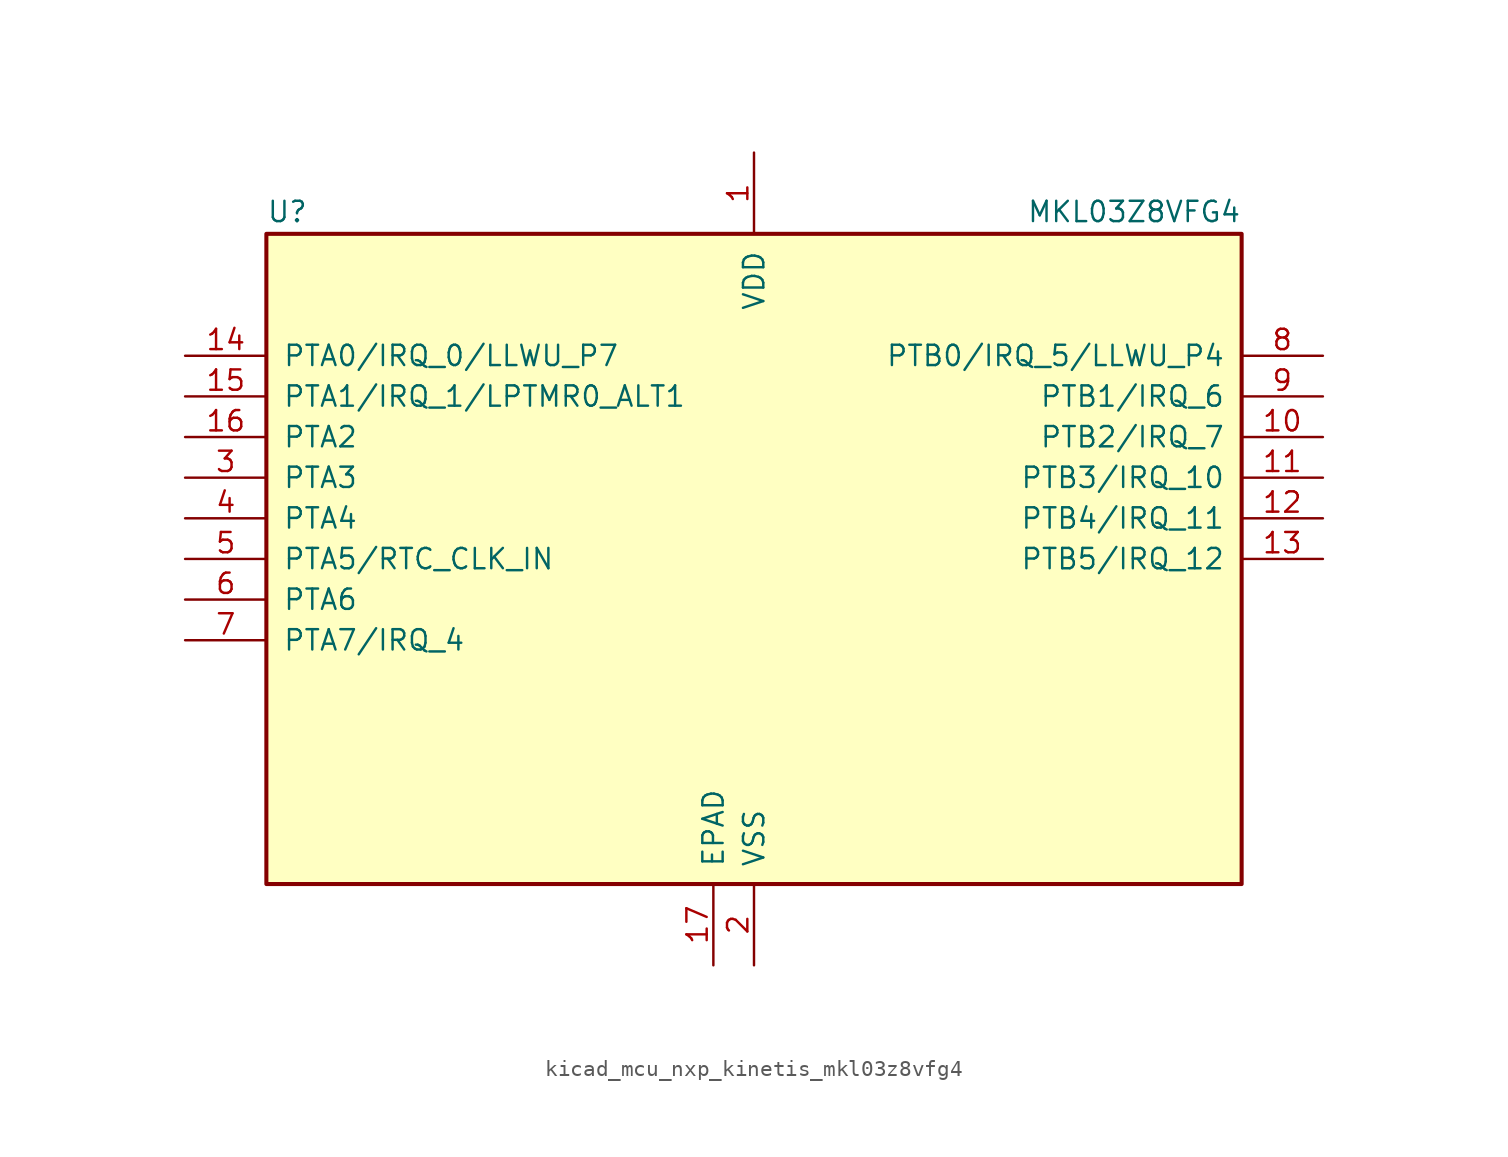
<source format=kicad_sym>
(kicad_symbol_lib
  (version 20220914)
  (generator kicad_symbol_editor)
  (symbol "kicad_mcu_nxp_kinetis_mkl03z8vfg4"
    (pin_names
      (offset 1.016))
    (property "Reference" "U"
      (at -30.48 20.955 0)
      (effects (font (size 1.27 1.27)) (justify left bottom)))
    (property "Value" "MKL03Z8VFG4"
      (at 30.48 20.955 0)
      (effects (font (size 1.27 1.27)) (justify right bottom)))
    (symbol "kicad_mcu_nxp_kinetis_mkl03z8vfg4_0_1"
      (rectangle (start -30.48 20.32) (end 30.48 -20.32) (stroke (width 0.254) (type default)) (fill (type background))))
    (symbol "kicad_mcu_nxp_kinetis_mkl03z8vfg4_1_1"
      (pin power_in line (at 0 25.4 270) (length 5.08) (name "VDD" (effects (font (size 1.27 1.27)))) (number "1" (effects (font (size 1.27 1.27)))))
      (pin bidirectional line (at 35.56 7.62 180) (length 5.08) (name "PTB2/IRQ_7" (effects (font (size 1.27 1.27)))) (number "10" (effects (font (size 1.27 1.27)))))
      (pin bidirectional line (at 35.56 5.08 180) (length 5.08) (name "PTB3/IRQ_10" (effects (font (size 1.27 1.27)))) (number "11" (effects (font (size 1.27 1.27)))))
      (pin bidirectional line (at 35.56 2.54 180) (length 5.08) (name "PTB4/IRQ_11" (effects (font (size 1.27 1.27)))) (number "12" (effects (font (size 1.27 1.27)))))
      (pin bidirectional line (at 35.56 0 180) (length 5.08) (name "PTB5/IRQ_12" (effects (font (size 1.27 1.27)))) (number "13" (effects (font (size 1.27 1.27)))))
      (pin bidirectional line (at -35.56 12.7 0) (length 5.08) (name "PTA0/IRQ_0/LLWU_P7" (effects (font (size 1.27 1.27)))) (number "14" (effects (font (size 1.27 1.27)))))
      (pin bidirectional line (at -35.56 10.16 0) (length 5.08) (name "PTA1/IRQ_1/LPTMR0_ALT1" (effects (font (size 1.27 1.27)))) (number "15" (effects (font (size 1.27 1.27)))))
      (pin bidirectional line (at -35.56 7.62 0) (length 5.08) (name "PTA2" (effects (font (size 1.27 1.27)))) (number "16" (effects (font (size 1.27 1.27)))))
      (pin power_in line (at -2.54 -25.4 90) (length 5.08) (name "EPAD" (effects (font (size 1.27 1.27)))) (number "17" (effects (font (size 1.27 1.27)))))
      (pin power_in line (at 0 -25.4 90) (length 5.08) (name "VSS" (effects (font (size 1.27 1.27)))) (number "2" (effects (font (size 1.27 1.27)))))
      (pin bidirectional line (at -35.56 5.08 0) (length 5.08) (name "PTA3" (effects (font (size 1.27 1.27)))) (number "3" (effects (font (size 1.27 1.27)))))
      (pin bidirectional line (at -35.56 2.54 0) (length 5.08) (name "PTA4" (effects (font (size 1.27 1.27)))) (number "4" (effects (font (size 1.27 1.27)))))
      (pin bidirectional line (at -35.56 0 0) (length 5.08) (name "PTA5/RTC_CLK_IN" (effects (font (size 1.27 1.27)))) (number "5" (effects (font (size 1.27 1.27)))))
      (pin bidirectional line (at -35.56 -2.54 0) (length 5.08) (name "PTA6" (effects (font (size 1.27 1.27)))) (number "6" (effects (font (size 1.27 1.27)))))
      (pin bidirectional line (at -35.56 -5.08 0) (length 5.08) (name "PTA7/IRQ_4" (effects (font (size 1.27 1.27)))) (number "7" (effects (font (size 1.27 1.27)))))
      (pin bidirectional line (at 35.56 12.7 180) (length 5.08) (name "PTB0/IRQ_5/LLWU_P4" (effects (font (size 1.27 1.27)))) (number "8" (effects (font (size 1.27 1.27)))))
      (pin bidirectional line (at 35.56 10.16 180) (length 5.08) (name "PTB1/IRQ_6" (effects (font (size 1.27 1.27)))) (number "9" (effects (font (size 1.27 1.27))))))))
</source>
